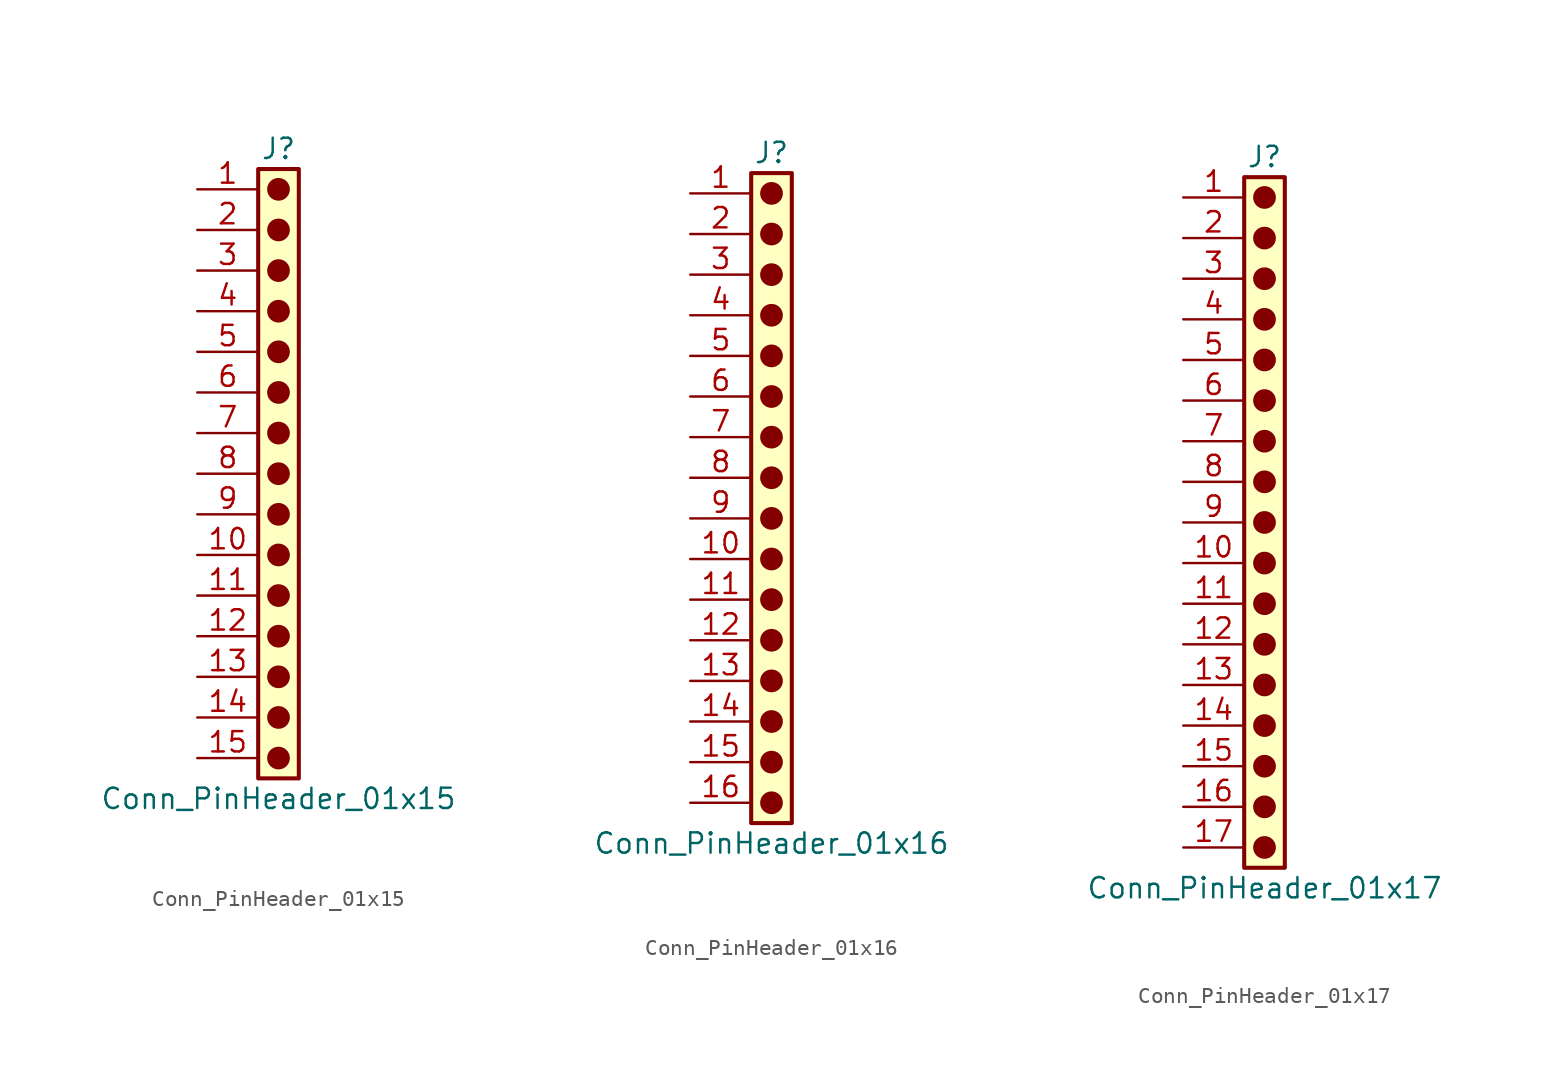
<source format=kicad_sym>
(kicad_symbol_lib
  (version 20241209)
  (generator "kicad_symbol_editor")
  (generator_version "9.0")
  (symbol "Conn_PinHeader_01x15"
    (pin_names
      (offset 1.016)
      (hide yes))
    (property "Reference" "J"
      (at 0 20.32 0)
      (effects (font (size 1.27 1.27))))
    (property "Value" "Conn_PinHeader_01x15"
      (at 0 -20.32 0)
      (effects (font (size 1.27 1.27))))
    (symbol "Conn_PinHeader_01x15_1_1"
      (rectangle (start -1.27 19.05) (end 1.27 -19.05) (stroke (width 0.254) (type default)) (fill (type background)))
      (circle (center 0 17.78) (radius 0.635) (stroke (width 0) (type solid) (color 132 0 0 1)) (fill (type outline)))
      (circle (center 0 15.24) (radius 0.635) (stroke (width 0) (type solid) (color 132 0 0 1)) (fill (type outline)))
      (circle (center 0 12.7) (radius 0.635) (stroke (width 0) (type solid) (color 132 0 0 1)) (fill (type outline)))
      (circle (center 0 10.16) (radius 0.635) (stroke (width 0) (type solid) (color 132 0 0 1)) (fill (type outline)))
      (circle (center 0 7.62) (radius 0.635) (stroke (width 0) (type solid) (color 132 0 0 1)) (fill (type outline)))
      (circle (center 0 5.08) (radius 0.635) (stroke (width 0) (type solid) (color 132 0 0 1)) (fill (type outline)))
      (circle (center 0 2.54) (radius 0.635) (stroke (width 0) (type solid) (color 132 0 0 1)) (fill (type outline)))
      (circle (center 0 0) (radius 0.635) (stroke (width 0) (type solid) (color 132 0 0 1)) (fill (type outline)))
      (circle (center 0 -2.54) (radius 0.635) (stroke (width 0) (type solid) (color 132 0 0 1)) (fill (type outline)))
      (circle (center 0 -5.08) (radius 0.635) (stroke (width 0) (type solid) (color 132 0 0 1)) (fill (type outline)))
      (circle (center 0 -7.62) (radius 0.635) (stroke (width 0) (type solid) (color 132 0 0 1)) (fill (type outline)))
      (circle (center 0 -10.16) (radius 0.635) (stroke (width 0) (type solid) (color 132 0 0 1)) (fill (type outline)))
      (circle (center 0 -12.7) (radius 0.635) (stroke (width 0) (type solid) (color 132 0 0 1)) (fill (type outline)))
      (circle (center 0 -15.24) (radius 0.635) (stroke (width 0) (type solid) (color 132 0 0 1)) (fill (type outline)))
      (circle (center 0 -17.78) (radius 0.635) (stroke (width 0) (type solid) (color 132 0 0 1)) (fill (type outline)))
      (pin passive line (at -5.08 17.78 0) (length 3.81) (name "Pin_1" (effects (font (size 1.27 1.27)))) (number "1" (effects (font (size 1.27 1.27)))))
      (pin passive line (at -5.08 15.24 0) (length 3.81) (name "Pin_2" (effects (font (size 1.27 1.27)))) (number "2" (effects (font (size 1.27 1.27)))))
      (pin passive line (at -5.08 12.7 0) (length 3.81) (name "Pin_3" (effects (font (size 1.27 1.27)))) (number "3" (effects (font (size 1.27 1.27)))))
      (pin passive line (at -5.08 10.16 0) (length 3.81) (name "Pin_4" (effects (font (size 1.27 1.27)))) (number "4" (effects (font (size 1.27 1.27)))))
      (pin passive line (at -5.08 7.62 0) (length 3.81) (name "Pin_5" (effects (font (size 1.27 1.27)))) (number "5" (effects (font (size 1.27 1.27)))))
      (pin passive line (at -5.08 5.08 0) (length 3.81) (name "Pin_6" (effects (font (size 1.27 1.27)))) (number "6" (effects (font (size 1.27 1.27)))))
      (pin passive line (at -5.08 2.54 0) (length 3.81) (name "Pin_7" (effects (font (size 1.27 1.27)))) (number "7" (effects (font (size 1.27 1.27)))))
      (pin passive line (at -5.08 0 0) (length 3.81) (name "Pin_8" (effects (font (size 1.27 1.27)))) (number "8" (effects (font (size 1.27 1.27)))))
      (pin passive line (at -5.08 -2.54 0) (length 3.81) (name "Pin_9" (effects (font (size 1.27 1.27)))) (number "9" (effects (font (size 1.27 1.27)))))
      (pin passive line (at -5.08 -5.08 0) (length 3.81) (name "Pin_10" (effects (font (size 1.27 1.27)))) (number "10" (effects (font (size 1.27 1.27)))))
      (pin passive line (at -5.08 -7.62 0) (length 3.81) (name "Pin_11" (effects (font (size 1.27 1.27)))) (number "11" (effects (font (size 1.27 1.27)))))
      (pin passive line (at -5.08 -10.16 0) (length 3.81) (name "Pin_12" (effects (font (size 1.27 1.27)))) (number "12" (effects (font (size 1.27 1.27)))))
      (pin passive line (at -5.08 -12.7 0) (length 3.81) (name "Pin_13" (effects (font (size 1.27 1.27)))) (number "13" (effects (font (size 1.27 1.27)))))
      (pin passive line (at -5.08 -15.24 0) (length 3.81) (name "Pin_14" (effects (font (size 1.27 1.27)))) (number "14" (effects (font (size 1.27 1.27)))))
      (pin passive line (at -5.08 -17.78 0) (length 3.81) (name "Pin_15" (effects (font (size 1.27 1.27)))) (number "15" (effects (font (size 1.27 1.27)))))))
  (symbol "Conn_PinHeader_01x16"
    (pin_names
      (offset 1.016)
      (hide yes))
    (property "Reference" "J"
      (at 0 20.32 0)
      (effects (font (size 1.27 1.27))))
    (property "Value" "Conn_PinHeader_01x16"
      (at 0 -22.86 0)
      (effects (font (size 1.27 1.27))))
    (symbol "Conn_PinHeader_01x16_1_1"
      (rectangle (start -1.27 19.05) (end 1.27 -21.59) (stroke (width 0.254) (type default)) (fill (type background)))
      (circle (center 0 17.78) (radius 0.635) (stroke (width 0) (type solid) (color 132 0 0 1)) (fill (type outline)))
      (circle (center 0 15.24) (radius 0.635) (stroke (width 0) (type solid) (color 132 0 0 1)) (fill (type outline)))
      (circle (center 0 12.7) (radius 0.635) (stroke (width 0) (type solid) (color 132 0 0 1)) (fill (type outline)))
      (circle (center 0 10.16) (radius 0.635) (stroke (width 0) (type solid) (color 132 0 0 1)) (fill (type outline)))
      (circle (center 0 7.62) (radius 0.635) (stroke (width 0) (type solid) (color 132 0 0 1)) (fill (type outline)))
      (circle (center 0 5.08) (radius 0.635) (stroke (width 0) (type solid) (color 132 0 0 1)) (fill (type outline)))
      (circle (center 0 2.54) (radius 0.635) (stroke (width 0) (type solid) (color 132 0 0 1)) (fill (type outline)))
      (circle (center 0 0) (radius 0.635) (stroke (width 0) (type solid) (color 132 0 0 1)) (fill (type outline)))
      (circle (center 0 -2.54) (radius 0.635) (stroke (width 0) (type solid) (color 132 0 0 1)) (fill (type outline)))
      (circle (center 0 -5.08) (radius 0.635) (stroke (width 0) (type solid) (color 132 0 0 1)) (fill (type outline)))
      (circle (center 0 -7.62) (radius 0.635) (stroke (width 0) (type solid) (color 132 0 0 1)) (fill (type outline)))
      (circle (center 0 -10.16) (radius 0.635) (stroke (width 0) (type solid) (color 132 0 0 1)) (fill (type outline)))
      (circle (center 0 -12.7) (radius 0.635) (stroke (width 0) (type solid) (color 132 0 0 1)) (fill (type outline)))
      (circle (center 0 -15.24) (radius 0.635) (stroke (width 0) (type solid) (color 132 0 0 1)) (fill (type outline)))
      (circle (center 0 -17.78) (radius 0.635) (stroke (width 0) (type solid) (color 132 0 0 1)) (fill (type outline)))
      (circle (center 0 -20.32) (radius 0.635) (stroke (width 0) (type solid) (color 132 0 0 1)) (fill (type outline)))
      (pin passive line (at -5.08 17.78 0) (length 3.81) (name "Pin_1" (effects (font (size 1.27 1.27)))) (number "1" (effects (font (size 1.27 1.27)))))
      (pin passive line (at -5.08 15.24 0) (length 3.81) (name "Pin_2" (effects (font (size 1.27 1.27)))) (number "2" (effects (font (size 1.27 1.27)))))
      (pin passive line (at -5.08 12.7 0) (length 3.81) (name "Pin_3" (effects (font (size 1.27 1.27)))) (number "3" (effects (font (size 1.27 1.27)))))
      (pin passive line (at -5.08 10.16 0) (length 3.81) (name "Pin_4" (effects (font (size 1.27 1.27)))) (number "4" (effects (font (size 1.27 1.27)))))
      (pin passive line (at -5.08 7.62 0) (length 3.81) (name "Pin_5" (effects (font (size 1.27 1.27)))) (number "5" (effects (font (size 1.27 1.27)))))
      (pin passive line (at -5.08 5.08 0) (length 3.81) (name "Pin_6" (effects (font (size 1.27 1.27)))) (number "6" (effects (font (size 1.27 1.27)))))
      (pin passive line (at -5.08 2.54 0) (length 3.81) (name "Pin_7" (effects (font (size 1.27 1.27)))) (number "7" (effects (font (size 1.27 1.27)))))
      (pin passive line (at -5.08 0 0) (length 3.81) (name "Pin_8" (effects (font (size 1.27 1.27)))) (number "8" (effects (font (size 1.27 1.27)))))
      (pin passive line (at -5.08 -2.54 0) (length 3.81) (name "Pin_9" (effects (font (size 1.27 1.27)))) (number "9" (effects (font (size 1.27 1.27)))))
      (pin passive line (at -5.08 -5.08 0) (length 3.81) (name "Pin_10" (effects (font (size 1.27 1.27)))) (number "10" (effects (font (size 1.27 1.27)))))
      (pin passive line (at -5.08 -7.62 0) (length 3.81) (name "Pin_11" (effects (font (size 1.27 1.27)))) (number "11" (effects (font (size 1.27 1.27)))))
      (pin passive line (at -5.08 -10.16 0) (length 3.81) (name "Pin_12" (effects (font (size 1.27 1.27)))) (number "12" (effects (font (size 1.27 1.27)))))
      (pin passive line (at -5.08 -12.7 0) (length 3.81) (name "Pin_13" (effects (font (size 1.27 1.27)))) (number "13" (effects (font (size 1.27 1.27)))))
      (pin passive line (at -5.08 -15.24 0) (length 3.81) (name "Pin_14" (effects (font (size 1.27 1.27)))) (number "14" (effects (font (size 1.27 1.27)))))
      (pin passive line (at -5.08 -17.78 0) (length 3.81) (name "Pin_15" (effects (font (size 1.27 1.27)))) (number "15" (effects (font (size 1.27 1.27)))))
      (pin passive line (at -5.08 -20.32 0) (length 3.81) (name "Pin_16" (effects (font (size 1.27 1.27)))) (number "16" (effects (font (size 1.27 1.27)))))))
  (symbol "Conn_PinHeader_01x17"
    (pin_names
      (offset 1.016)
      (hide yes))
    (property "Reference" "J"
      (at 0 22.86 0)
      (effects (font (size 1.27 1.27))))
    (property "Value" "Conn_PinHeader_01x17"
      (at 0 -22.86 0)
      (effects (font (size 1.27 1.27))))
    (symbol "Conn_PinHeader_01x17_1_1"
      (rectangle (start -1.27 21.59) (end 1.27 -21.59) (stroke (width 0.254) (type default)) (fill (type background)))
      (circle (center 0 20.32) (radius 0.635) (stroke (width 0) (type solid) (color 132 0 0 1)) (fill (type outline)))
      (circle (center 0 17.78) (radius 0.635) (stroke (width 0) (type solid) (color 132 0 0 1)) (fill (type outline)))
      (circle (center 0 15.24) (radius 0.635) (stroke (width 0) (type solid) (color 132 0 0 1)) (fill (type outline)))
      (circle (center 0 12.7) (radius 0.635) (stroke (width 0) (type solid) (color 132 0 0 1)) (fill (type outline)))
      (circle (center 0 10.16) (radius 0.635) (stroke (width 0) (type solid) (color 132 0 0 1)) (fill (type outline)))
      (circle (center 0 7.62) (radius 0.635) (stroke (width 0) (type solid) (color 132 0 0 1)) (fill (type outline)))
      (circle (center 0 5.08) (radius 0.635) (stroke (width 0) (type solid) (color 132 0 0 1)) (fill (type outline)))
      (circle (center 0 2.54) (radius 0.635) (stroke (width 0) (type solid) (color 132 0 0 1)) (fill (type outline)))
      (circle (center 0 0) (radius 0.635) (stroke (width 0) (type solid) (color 132 0 0 1)) (fill (type outline)))
      (circle (center 0 -2.54) (radius 0.635) (stroke (width 0) (type solid) (color 132 0 0 1)) (fill (type outline)))
      (circle (center 0 -5.08) (radius 0.635) (stroke (width 0) (type solid) (color 132 0 0 1)) (fill (type outline)))
      (circle (center 0 -7.62) (radius 0.635) (stroke (width 0) (type solid) (color 132 0 0 1)) (fill (type outline)))
      (circle (center 0 -10.16) (radius 0.635) (stroke (width 0) (type solid) (color 132 0 0 1)) (fill (type outline)))
      (circle (center 0 -12.7) (radius 0.635) (stroke (width 0) (type solid) (color 132 0 0 1)) (fill (type outline)))
      (circle (center 0 -15.24) (radius 0.635) (stroke (width 0) (type solid) (color 132 0 0 1)) (fill (type outline)))
      (circle (center 0 -17.78) (radius 0.635) (stroke (width 0) (type solid) (color 132 0 0 1)) (fill (type outline)))
      (circle (center 0 -20.32) (radius 0.635) (stroke (width 0) (type solid) (color 132 0 0 1)) (fill (type outline)))
      (pin passive line (at -5.08 20.32 0) (length 3.81) (name "Pin_1" (effects (font (size 1.27 1.27)))) (number "1" (effects (font (size 1.27 1.27)))))
      (pin passive line (at -5.08 17.78 0) (length 3.81) (name "Pin_2" (effects (font (size 1.27 1.27)))) (number "2" (effects (font (size 1.27 1.27)))))
      (pin passive line (at -5.08 15.24 0) (length 3.81) (name "Pin_3" (effects (font (size 1.27 1.27)))) (number "3" (effects (font (size 1.27 1.27)))))
      (pin passive line (at -5.08 12.7 0) (length 3.81) (name "Pin_4" (effects (font (size 1.27 1.27)))) (number "4" (effects (font (size 1.27 1.27)))))
      (pin passive line (at -5.08 10.16 0) (length 3.81) (name "Pin_5" (effects (font (size 1.27 1.27)))) (number "5" (effects (font (size 1.27 1.27)))))
      (pin passive line (at -5.08 7.62 0) (length 3.81) (name "Pin_6" (effects (font (size 1.27 1.27)))) (number "6" (effects (font (size 1.27 1.27)))))
      (pin passive line (at -5.08 5.08 0) (length 3.81) (name "Pin_7" (effects (font (size 1.27 1.27)))) (number "7" (effects (font (size 1.27 1.27)))))
      (pin passive line (at -5.08 2.54 0) (length 3.81) (name "Pin_8" (effects (font (size 1.27 1.27)))) (number "8" (effects (font (size 1.27 1.27)))))
      (pin passive line (at -5.08 0 0) (length 3.81) (name "Pin_9" (effects (font (size 1.27 1.27)))) (number "9" (effects (font (size 1.27 1.27)))))
      (pin passive line (at -5.08 -2.54 0) (length 3.81) (name "Pin_10" (effects (font (size 1.27 1.27)))) (number "10" (effects (font (size 1.27 1.27)))))
      (pin passive line (at -5.08 -5.08 0) (length 3.81) (name "Pin_11" (effects (font (size 1.27 1.27)))) (number "11" (effects (font (size 1.27 1.27)))))
      (pin passive line (at -5.08 -7.62 0) (length 3.81) (name "Pin_12" (effects (font (size 1.27 1.27)))) (number "12" (effects (font (size 1.27 1.27)))))
      (pin passive line (at -5.08 -10.16 0) (length 3.81) (name "Pin_13" (effects (font (size 1.27 1.27)))) (number "13" (effects (font (size 1.27 1.27)))))
      (pin passive line (at -5.08 -12.7 0) (length 3.81) (name "Pin_14" (effects (font (size 1.27 1.27)))) (number "14" (effects (font (size 1.27 1.27)))))
      (pin passive line (at -5.08 -15.24 0) (length 3.81) (name "Pin_15" (effects (font (size 1.27 1.27)))) (number "15" (effects (font (size 1.27 1.27)))))
      (pin passive line (at -5.08 -17.78 0) (length 3.81) (name "Pin_16" (effects (font (size 1.27 1.27)))) (number "16" (effects (font (size 1.27 1.27)))))
      (pin passive line (at -5.08 -20.32 0) (length 3.81) (name "Pin_17" (effects (font (size 1.27 1.27)))) (number "17" (effects (font (size 1.27 1.27))))))))
</source>
